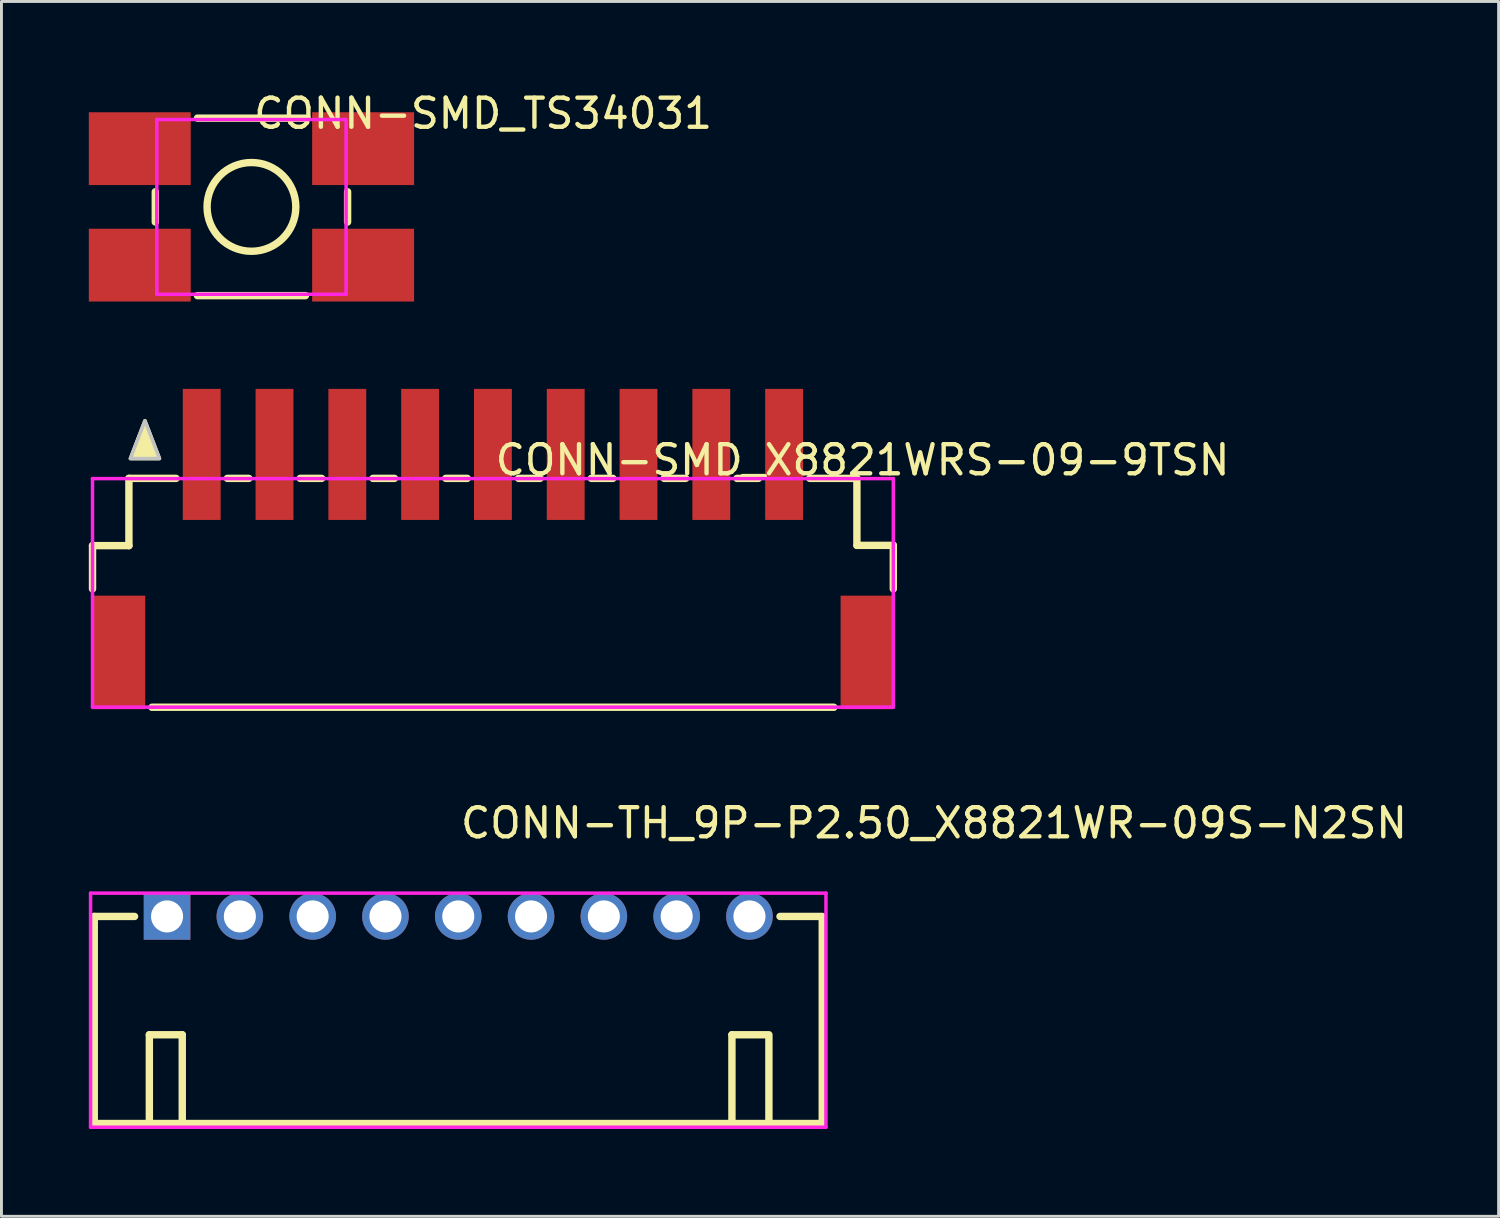
<source format=kicad_pcb>
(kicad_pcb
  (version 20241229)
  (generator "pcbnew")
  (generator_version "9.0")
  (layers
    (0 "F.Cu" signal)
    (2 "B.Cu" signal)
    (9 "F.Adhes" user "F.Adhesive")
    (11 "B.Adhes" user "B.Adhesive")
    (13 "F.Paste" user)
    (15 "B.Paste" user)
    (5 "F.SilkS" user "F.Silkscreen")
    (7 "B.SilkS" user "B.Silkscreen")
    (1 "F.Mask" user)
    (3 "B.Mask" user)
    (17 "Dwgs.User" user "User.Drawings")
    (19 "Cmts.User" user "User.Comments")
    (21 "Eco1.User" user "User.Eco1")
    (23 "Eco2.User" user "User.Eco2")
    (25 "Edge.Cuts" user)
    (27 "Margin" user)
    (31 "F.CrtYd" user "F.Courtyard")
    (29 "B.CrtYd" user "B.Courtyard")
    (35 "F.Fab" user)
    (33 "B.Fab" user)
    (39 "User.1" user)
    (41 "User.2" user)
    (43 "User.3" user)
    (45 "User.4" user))
  (footprint "CONN-SMD_TS34031"
    (layer "F.Cu")
    (at 5.585 4.055)
    (property "Reference" "CONN-SMD_TS34031" (at 0 -3.207 0) (layer "F.SilkS") (effects (font (size 1 1) (thickness 0.15)) (justify left)))
    (attr through_hole)
    (fp_line (start -3.302 -0.519) (end -3.302 0.519) (stroke (width 0.254) (type solid)) (layer "F.SilkS"))
    (fp_line (start -1.854 -3.048) (end 1.854 -3.048) (stroke (width 0.254) (type solid)) (layer "F.SilkS"))
    (fp_line (start -1.854 3.048) (end 1.854 3.048) (stroke (width 0.254) (type solid)) (layer "F.SilkS"))
    (fp_line (start 3.302 -0.519) (end 3.302 0.519) (stroke (width 0.254) (type solid)) (layer "F.SilkS"))
    (fp_circle (center 0 0) (end 1.524 0) (stroke (width 0.254) (type solid)) (fill no) (layer "F.SilkS"))
    (fp_circle (center -5.21 -3) (end -5.18 -3) (stroke (width 0.06) (type solid)) (fill no) (layer "Eco2.User"))
    (fp_poly (pts (xy -5.21 -3) (xy -3.21 -3) (xy -3.21 -1.04) (xy -5.21 -1.04)) (stroke (width 0.12) (type solid)) (fill no) (layer "Eco2.User"))
    (fp_poly (pts (xy -5.21 1.04) (xy -3.21 1.04) (xy -3.21 3) (xy -5.21 3)) (stroke (width 0.12) (type solid)) (fill no) (layer "Eco2.User"))
    (fp_poly (pts (xy 3.21 -3) (xy 5.21 -3) (xy 5.21 -1.04) (xy 3.21 -1.04)) (stroke (width 0.12) (type solid)) (fill no) (layer "Eco2.User"))
    (fp_poly (pts (xy 3.21 1.04) (xy 5.21 1.04) (xy 5.21 3) (xy 3.21 3)) (stroke (width 0.12) (type solid)) (fill no) (layer "Eco2.User"))
    (fp_line (start -3.25 -3) (end 3.25 -3) (stroke (width 0.12) (type solid)) (layer "F.CrtYd"))
    (fp_line (start -3.25 3) (end -3.25 -3) (stroke (width 0.12) (type solid)) (layer "F.CrtYd"))
    (fp_line (start 3.25 -3) (end 3.25 3) (stroke (width 0.12) (type solid)) (layer "F.CrtYd"))
    (fp_line (start 3.25 3) (end -3.25 3) (stroke (width 0.12) (type solid)) (layer "F.CrtYd"))
    (pad "1" smd rect (at -3.835 -2) (size 3.5 2.5) (layers "F.Cu" "F.Mask" "F.Paste"))
    (pad "2" smd rect (at -3.835 2) (size 3.5 2.5) (layers "F.Cu" "F.Mask" "F.Paste"))
    (pad "3" smd rect (at 3.835 2) (size 3.5 2.5) (layers "F.Cu" "F.Mask" "F.Paste"))
    (pad "4" smd rect (at 3.835 -2) (size 3.5 2.5) (layers "F.Cu" "F.Mask" "F.Paste")))
  (footprint "CONN-SMD_X8821WRS-09-9TSN"
    (layer "F.Cu")
    (at 13.877 15.955)
    (property "Reference" "CONN-SMD_X8821WRS-09-9TSN" (at 0 -3.207 0) (layer "F.SilkS") (effects (font (size 1 1) (thickness 0.15)) (justify left)))
    (attr through_hole)
    (fp_line (start -13.75 -0.267) (end -13.75 1.219) (stroke (width 0.254) (type solid)) (layer "F.SilkS"))
    (fp_line (start -12.5 -2.577) (end -12.5 -0.267) (stroke (width 0.254) (type solid)) (layer "F.SilkS"))
    (fp_line (start -12.5 -0.267) (end -13.75 -0.267) (stroke (width 0.254) (type solid)) (layer "F.SilkS"))
    (fp_line (start -11.709 5.283) (end 11.709 5.283) (stroke (width 0.254) (type solid)) (layer "F.SilkS"))
    (fp_line (start -10.881 -2.577) (end -12.5 -2.577) (stroke (width 0.254) (type solid)) (layer "F.SilkS"))
    (fp_line (start -8.381 -2.577) (end -9.119 -2.577) (stroke (width 0.254) (type solid)) (layer "F.SilkS"))
    (fp_line (start -5.881 -2.577) (end -6.619 -2.577) (stroke (width 0.254) (type solid)) (layer "F.SilkS"))
    (fp_line (start -3.381 -2.577) (end -4.119 -2.577) (stroke (width 0.254) (type solid)) (layer "F.SilkS"))
    (fp_line (start -0.881 -2.577) (end -1.619 -2.577) (stroke (width 0.254) (type solid)) (layer "F.SilkS"))
    (fp_line (start 1.619 -2.577) (end 0.881 -2.577) (stroke (width 0.254) (type solid)) (layer "F.SilkS"))
    (fp_line (start 4.119 -2.577) (end 3.381 -2.577) (stroke (width 0.254) (type solid)) (layer "F.SilkS"))
    (fp_line (start 6.619 -2.577) (end 5.881 -2.577) (stroke (width 0.254) (type solid)) (layer "F.SilkS"))
    (fp_line (start 9.119 -2.577) (end 8.381 -2.577) (stroke (width 0.254) (type solid)) (layer "F.SilkS"))
    (fp_line (start 12.5 -2.577) (end 10.881 -2.577) (stroke (width 0.254) (type solid)) (layer "F.SilkS"))
    (fp_line (start 12.5 -0.277) (end 12.5 -2.577) (stroke (width 0.254) (type solid)) (layer "F.SilkS"))
    (fp_line (start 13.75 -0.277) (end 12.5 -0.277) (stroke (width 0.254) (type solid)) (layer "F.SilkS"))
    (fp_line (start 13.75 1.219) (end 13.75 -0.277) (stroke (width 0.254) (type solid)) (layer "F.SilkS"))
    (fp_poly (pts (xy -12.45 -3.257) (xy -11.45 -3.257) (xy -11.95 -4.557)) (stroke (width 0.12) (type solid)) (fill yes) (layer "F.SilkS"))
    (fp_poly (pts (xy -12.45 -3.257) (xy -11.45 -3.257) (xy -11.95 -4.557)) (stroke (width 0.12) (type solid)) (fill no) (layer "Dwgs.User"))
    (fp_circle (center -13.75 -5.47) (end -13.72 -5.47) (stroke (width 0.06) (type solid)) (fill no) (layer "Eco2.User"))
    (fp_poly (pts (xy -12.99 2.279) (xy -12.69 2.279) (xy -12.69 5.279) (xy -12.99 5.279)) (stroke (width 0.12) (type solid)) (fill no) (layer "Eco2.User"))
    (fp_poly (pts (xy -10.32 -5.47) (xy -9.68 -5.47) (xy -9.68 -2.47) (xy -10.32 -2.47)) (stroke (width 0.12) (type solid)) (fill no) (layer "Eco2.User"))
    (fp_poly (pts (xy -7.82 -5.47) (xy -7.18 -5.47) (xy -7.18 -2.47) (xy -7.82 -2.47)) (stroke (width 0.12) (type solid)) (fill no) (layer "Eco2.User"))
    (fp_poly (pts (xy -5.32 -5.47) (xy -4.68 -5.47) (xy -4.68 -2.47) (xy -5.32 -2.47)) (stroke (width 0.12) (type solid)) (fill no) (layer "Eco2.User"))
    (fp_poly (pts (xy -2.82 -5.47) (xy -2.18 -5.47) (xy -2.18 -2.47) (xy -2.82 -2.47)) (stroke (width 0.12) (type solid)) (fill no) (layer "Eco2.User"))
    (fp_poly (pts (xy -0.32 -5.47) (xy 0.32 -5.47) (xy 0.32 -2.47) (xy -0.32 -2.47)) (stroke (width 0.12) (type solid)) (fill no) (layer "Eco2.User"))
    (fp_poly (pts (xy 2.18 -5.47) (xy 2.82 -5.47) (xy 2.82 -2.47) (xy 2.18 -2.47)) (stroke (width 0.12) (type solid)) (fill no) (layer "Eco2.User"))
    (fp_poly (pts (xy 4.68 -5.47) (xy 5.32 -5.47) (xy 5.32 -2.47) (xy 4.68 -2.47)) (stroke (width 0.12) (type solid)) (fill no) (layer "Eco2.User"))
    (fp_poly (pts (xy 7.18 -5.47) (xy 7.82 -5.47) (xy 7.82 -2.47) (xy 7.18 -2.47)) (stroke (width 0.12) (type solid)) (fill no) (layer "Eco2.User"))
    (fp_poly (pts (xy 9.68 -5.47) (xy 10.32 -5.47) (xy 10.32 -2.47) (xy 9.68 -2.47)) (stroke (width 0.12) (type solid)) (fill no) (layer "Eco2.User"))
    (fp_poly (pts (xy 12.69 2.279) (xy 12.99 2.279) (xy 12.99 5.279) (xy 12.69 5.279)) (stroke (width 0.12) (type solid)) (fill no) (layer "Eco2.User"))
    (fp_line (start -13.75 -2.57) (end 13.75 -2.57) (stroke (width 0.12) (type solid)) (layer "F.CrtYd"))
    (fp_line (start -13.75 5.28) (end -13.75 -2.57) (stroke (width 0.12) (type solid)) (layer "F.CrtYd"))
    (fp_line (start 13.75 -2.57) (end 13.75 5.28) (stroke (width 0.12) (type solid)) (layer "F.CrtYd"))
    (fp_line (start 13.75 5.28) (end -13.75 5.28) (stroke (width 0.12) (type solid)) (layer "F.CrtYd"))
    (pad "1" smd rect (at -10 -3.4) (size 1.3 4.5) (layers "F.Cu" "F.Mask" "F.Paste"))
    (pad "2" smd rect (at -7.5 -3.4) (size 1.3 4.5) (layers "F.Cu" "F.Mask" "F.Paste"))
    (pad "3" smd rect (at -5 -3.4) (size 1.3 4.5) (layers "F.Cu" "F.Mask" "F.Paste"))
    (pad "4" smd rect (at -2.5 -3.4) (size 1.3 4.5) (layers "F.Cu" "F.Mask" "F.Paste"))
    (pad "5" smd rect (at 0 -3.4) (size 1.3 4.5) (layers "F.Cu" "F.Mask" "F.Paste"))
    (pad "6" smd rect (at 2.5 -3.4) (size 1.3 4.5) (layers "F.Cu" "F.Mask" "F.Paste"))
    (pad "7" smd rect (at 5 -3.4) (size 1.3 4.5) (layers "F.Cu" "F.Mask" "F.Paste"))
    (pad "8" smd rect (at 7.5 -3.4) (size 1.3 4.5) (layers "F.Cu" "F.Mask" "F.Paste"))
    (pad "9" smd rect (at 10 -3.4) (size 1.3 4.5) (layers "F.Cu" "F.Mask" "F.Paste"))
    (pad "10" smd rect (at 12.84 3.4) (size 1.8 3.9) (layers "F.Cu" "F.Mask" "F.Paste"))
    (pad "11" smd rect (at -12.84 3.4) (size 1.8 3.9) (layers "F.Cu" "F.Mask" "F.Paste")))
  (footprint "CONN-TH_9P-P2.50_X8821WR-09S-N2SN"
    (layer "F.Cu")
    (at 12.687 28.421)
    (property "Reference" "CONN-TH_9P-P2.50_X8821WR-09S-N2SN" (at 0 -3.207 0) (layer "F.SilkS") (effects (font (size 1 1) (thickness 0.15)) (justify left)))
    (attr through_hole)
    (fp_line (start -12.5 0) (end -11.116 0) (stroke (width 0.254) (type solid)) (layer "F.SilkS"))
    (fp_line (start -12.5 7.112) (end -12.5 0) (stroke (width 0.254) (type solid)) (layer "F.SilkS"))
    (fp_line (start -10.608 4.064) (end -10.608 7.112) (stroke (width 0.254) (type solid)) (layer "F.SilkS"))
    (fp_line (start -9.478 4.064) (end -10.608 4.064) (stroke (width 0.254) (type solid)) (layer "F.SilkS"))
    (fp_line (start -9.478 7.112) (end -9.478 4.064) (stroke (width 0.254) (type solid)) (layer "F.SilkS"))
    (fp_line (start 9.398 4.064) (end 10.595 4.064) (stroke (width 0.254) (type solid)) (layer "F.SilkS"))
    (fp_line (start 9.398 7.112) (end 9.398 4.064) (stroke (width 0.254) (type solid)) (layer "F.SilkS"))
    (fp_line (start 10.668 4.064) (end 10.668 7.112) (stroke (width 0.254) (type solid)) (layer "F.SilkS"))
    (fp_line (start 12.446 0) (end 11.049 0) (stroke (width 0.254) (type solid)) (layer "F.SilkS"))
    (fp_line (start 12.5 7.112) (end -12.5 7.112) (stroke (width 0.254) (type solid)) (layer "F.SilkS"))
    (fp_line (start 12.5 7.112) (end 12.5 0) (stroke (width 0.254) (type solid)) (layer "F.SilkS"))
    (fp_circle (center -12.627 7.239) (end -12.597 7.239) (stroke (width 0.06) (type solid)) (fill no) (layer "Eco2.User"))
    (fp_circle (center -10 0) (end -9.775 0) (stroke (width 0.45) (type solid)) (fill no) (layer "Eco2.User"))
    (fp_circle (center -7.5 0) (end -7.275 0) (stroke (width 0.45) (type solid)) (fill no) (layer "Eco2.User"))
    (fp_circle (center -5 0) (end -4.775 0) (stroke (width 0.45) (type solid)) (fill no) (layer "Eco2.User"))
    (fp_circle (center -2.5 0) (end -2.275 0) (stroke (width 0.45) (type solid)) (fill no) (layer "Eco2.User"))
    (fp_circle (center 0 0) (end 0.225 0) (stroke (width 0.45) (type solid)) (fill no) (layer "Eco2.User"))
    (fp_circle (center 2.5 0) (end 2.725 0) (stroke (width 0.45) (type solid)) (fill no) (layer "Eco2.User"))
    (fp_circle (center 5 0) (end 5.225 0) (stroke (width 0.45) (type solid)) (fill no) (layer "Eco2.User"))
    (fp_circle (center 7.5 0) (end 7.725 0) (stroke (width 0.45) (type solid)) (fill no) (layer "Eco2.User"))
    (fp_circle (center 10 0) (end 10.225 0) (stroke (width 0.45) (type solid)) (fill no) (layer "Eco2.User"))
    (fp_line (start -12.627 -0.8) (end 12.627 -0.8) (stroke (width 0.12) (type solid)) (layer "F.CrtYd"))
    (fp_line (start -12.627 7.239) (end -12.627 -0.8) (stroke (width 0.12) (type solid)) (layer "F.CrtYd"))
    (fp_line (start 12.627 -0.8) (end 12.627 7.239) (stroke (width 0.12) (type solid)) (layer "F.CrtYd"))
    (fp_line (start 12.627 7.239) (end -12.627 7.239) (stroke (width 0.12) (type solid)) (layer "F.CrtYd"))
    (pad "1" thru_hole rect (at -10 0 180) (size 1.6 1.6) (drill 1.1) (layers "*.Cu" "*.Mask"))
    (pad "2" thru_hole circle (at -7.5 0 180) (size 1.6 1.6) (drill 1.1) (layers "*.Cu" "*.Mask"))
    (pad "3" thru_hole circle (at -5 0 180) (size 1.6 1.6) (drill 1.1) (layers "*.Cu" "*.Mask"))
    (pad "4" thru_hole circle (at -2.5 0 180) (size 1.6 1.6) (drill 1.1) (layers "*.Cu" "*.Mask"))
    (pad "5" thru_hole circle (at 0 0 180) (size 1.6 1.6) (drill 1.1) (layers "*.Cu" "*.Mask"))
    (pad "6" thru_hole circle (at 2.5 0 180) (size 1.6 1.6) (drill 1.1) (layers "*.Cu" "*.Mask"))
    (pad "7" thru_hole circle (at 5 0 180) (size 1.6 1.6) (drill 1.1) (layers "*.Cu" "*.Mask"))
    (pad "8" thru_hole circle (at 7.5 0 180) (size 1.6 1.6) (drill 1.1) (layers "*.Cu" "*.Mask"))
    (pad "9" thru_hole circle (at 10 0 180) (size 1.6 1.6) (drill 1.1) (layers "*.Cu" "*.Mask")))
  (gr_rect
    (start -3 -3)
    (end 48.413 38.719)
    (stroke (width 0.1) (type default))
    (fill no)
    (layer "Edge.Cuts")))
</source>
